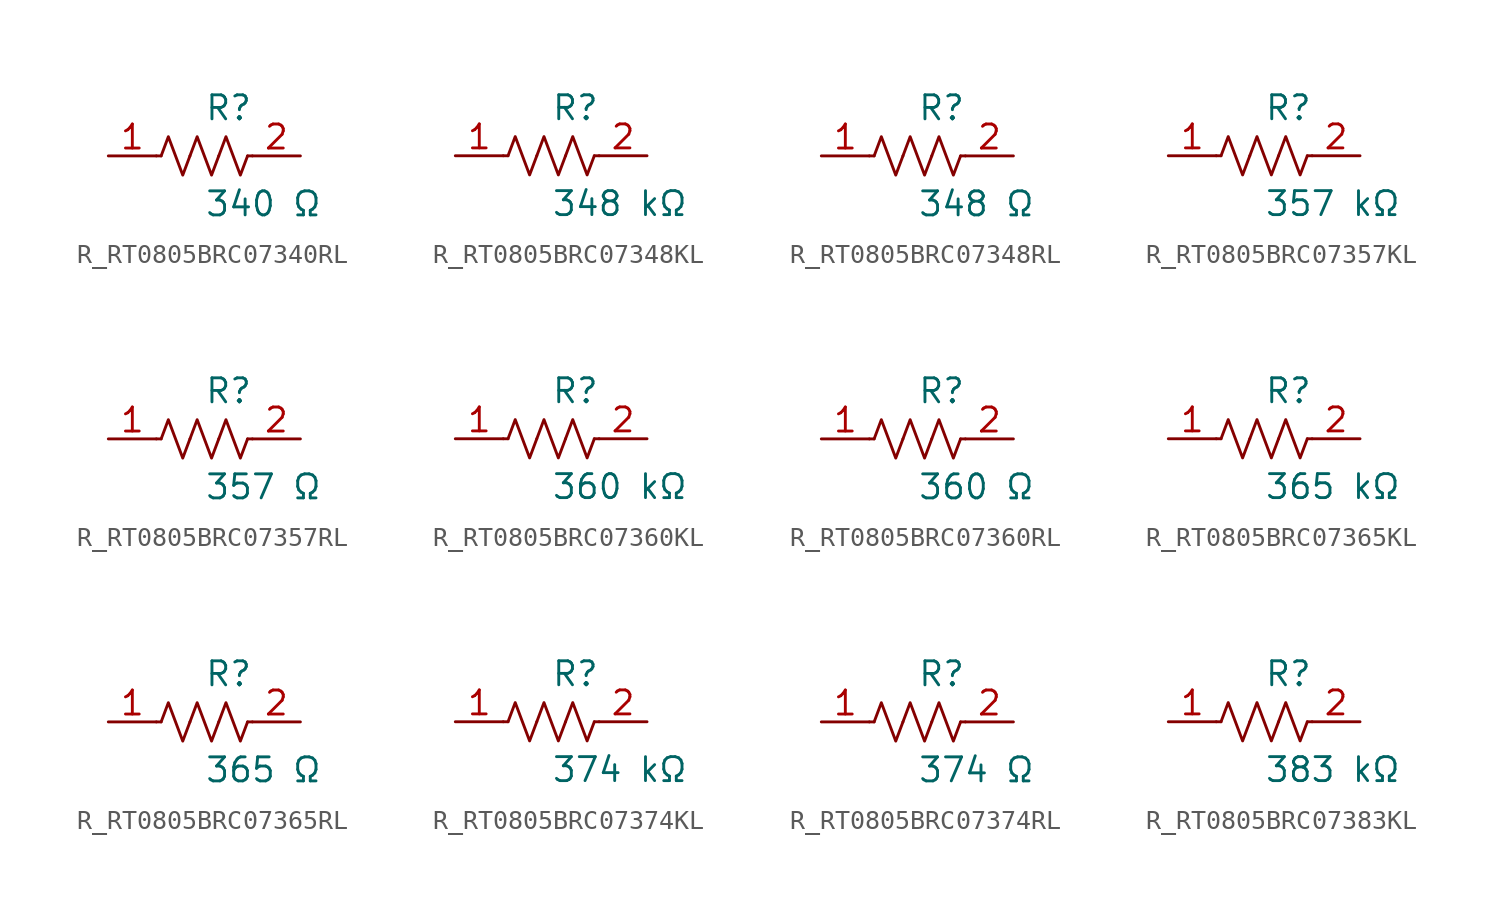
<source format=kicad_sym>
(kicad_symbol_lib
  (version 20231120)
  (generator kicad_symbol_editor)
  (generator_version 8.0)
  (symbol "R_RT0805BRC07340RL"
    (pin_names
      (offset 0.254))
    (property "Reference" "R"
      (at 0 2.54 0)
      (effects (font (size 1.27 1.27)) (justify left)))
    (property "Value" "340 Ω"
      (at 0 -2.54 0)
      (effects (font (size 1.27 1.27)) (justify left)))
    (symbol "R_RT0805BRC07340RL_0_1"
      (polyline (pts (xy 2.286 0) (xy 2.54 0)) (stroke (width 0) (type default)) (fill (type none)))
      (polyline (pts (xy -2.286 0) (xy -2.54 0)) (stroke (width 0) (type default)) (fill (type none)))
      (polyline (pts (xy 0.762 0) (xy 1.143 1.016) (xy 1.524 0) (xy 1.905 -1.016) (xy 2.286 0)) (stroke (width 0) (type default)) (fill (type none)))
      (polyline (pts (xy -0.762 0) (xy -0.381 1.016) (xy 0 0) (xy 0.381 -1.016) (xy 0.762 0)) (stroke (width 0) (type default)) (fill (type none)))
      (polyline (pts (xy -2.286 0) (xy -1.905 1.016) (xy -1.524 0) (xy -1.143 -1.016) (xy -0.762 0)) (stroke (width 0) (type default)) (fill (type none))))
    (pin unspecified line
      (at -5.08 0 0)
      (length 2.54)
      (name "" (effects (font (size 1.27 1.27))))
      (number "1" (effects (font (size 1.27 1.27)))))
    (pin unspecified line
      (at 5.08 0 180)
      (length 2.54)
      (name "" (effects (font (size 1.27 1.27))))
      (number "2" (effects (font (size 1.27 1.27))))))
  (symbol "R_RT0805BRC07348KL"
    (pin_names
      (offset 0.254))
    (property "Reference" "R"
      (at 0 2.54 0)
      (effects (font (size 1.27 1.27)) (justify left)))
    (property "Value" "348 kΩ"
      (at 0 -2.54 0)
      (effects (font (size 1.27 1.27)) (justify left)))
    (symbol "R_RT0805BRC07348KL_0_1"
      (polyline (pts (xy 2.286 0) (xy 2.54 0)) (stroke (width 0) (type default)) (fill (type none)))
      (polyline (pts (xy -2.286 0) (xy -2.54 0)) (stroke (width 0) (type default)) (fill (type none)))
      (polyline (pts (xy 0.762 0) (xy 1.143 1.016) (xy 1.524 0) (xy 1.905 -1.016) (xy 2.286 0)) (stroke (width 0) (type default)) (fill (type none)))
      (polyline (pts (xy -0.762 0) (xy -0.381 1.016) (xy 0 0) (xy 0.381 -1.016) (xy 0.762 0)) (stroke (width 0) (type default)) (fill (type none)))
      (polyline (pts (xy -2.286 0) (xy -1.905 1.016) (xy -1.524 0) (xy -1.143 -1.016) (xy -0.762 0)) (stroke (width 0) (type default)) (fill (type none))))
    (pin unspecified line
      (at -5.08 0 0)
      (length 2.54)
      (name "" (effects (font (size 1.27 1.27))))
      (number "1" (effects (font (size 1.27 1.27)))))
    (pin unspecified line
      (at 5.08 0 180)
      (length 2.54)
      (name "" (effects (font (size 1.27 1.27))))
      (number "2" (effects (font (size 1.27 1.27))))))
  (symbol "R_RT0805BRC07348RL"
    (pin_names
      (offset 0.254))
    (property "Reference" "R"
      (at 0 2.54 0)
      (effects (font (size 1.27 1.27)) (justify left)))
    (property "Value" "348 Ω"
      (at 0 -2.54 0)
      (effects (font (size 1.27 1.27)) (justify left)))
    (symbol "R_RT0805BRC07348RL_0_1"
      (polyline (pts (xy 2.286 0) (xy 2.54 0)) (stroke (width 0) (type default)) (fill (type none)))
      (polyline (pts (xy -2.286 0) (xy -2.54 0)) (stroke (width 0) (type default)) (fill (type none)))
      (polyline (pts (xy 0.762 0) (xy 1.143 1.016) (xy 1.524 0) (xy 1.905 -1.016) (xy 2.286 0)) (stroke (width 0) (type default)) (fill (type none)))
      (polyline (pts (xy -0.762 0) (xy -0.381 1.016) (xy 0 0) (xy 0.381 -1.016) (xy 0.762 0)) (stroke (width 0) (type default)) (fill (type none)))
      (polyline (pts (xy -2.286 0) (xy -1.905 1.016) (xy -1.524 0) (xy -1.143 -1.016) (xy -0.762 0)) (stroke (width 0) (type default)) (fill (type none))))
    (pin unspecified line
      (at -5.08 0 0)
      (length 2.54)
      (name "" (effects (font (size 1.27 1.27))))
      (number "1" (effects (font (size 1.27 1.27)))))
    (pin unspecified line
      (at 5.08 0 180)
      (length 2.54)
      (name "" (effects (font (size 1.27 1.27))))
      (number "2" (effects (font (size 1.27 1.27))))))
  (symbol "R_RT0805BRC07357KL"
    (pin_names
      (offset 0.254))
    (property "Reference" "R"
      (at 0 2.54 0)
      (effects (font (size 1.27 1.27)) (justify left)))
    (property "Value" "357 kΩ"
      (at 0 -2.54 0)
      (effects (font (size 1.27 1.27)) (justify left)))
    (symbol "R_RT0805BRC07357KL_0_1"
      (polyline (pts (xy 2.286 0) (xy 2.54 0)) (stroke (width 0) (type default)) (fill (type none)))
      (polyline (pts (xy -2.286 0) (xy -2.54 0)) (stroke (width 0) (type default)) (fill (type none)))
      (polyline (pts (xy 0.762 0) (xy 1.143 1.016) (xy 1.524 0) (xy 1.905 -1.016) (xy 2.286 0)) (stroke (width 0) (type default)) (fill (type none)))
      (polyline (pts (xy -0.762 0) (xy -0.381 1.016) (xy 0 0) (xy 0.381 -1.016) (xy 0.762 0)) (stroke (width 0) (type default)) (fill (type none)))
      (polyline (pts (xy -2.286 0) (xy -1.905 1.016) (xy -1.524 0) (xy -1.143 -1.016) (xy -0.762 0)) (stroke (width 0) (type default)) (fill (type none))))
    (pin unspecified line
      (at -5.08 0 0)
      (length 2.54)
      (name "" (effects (font (size 1.27 1.27))))
      (number "1" (effects (font (size 1.27 1.27)))))
    (pin unspecified line
      (at 5.08 0 180)
      (length 2.54)
      (name "" (effects (font (size 1.27 1.27))))
      (number "2" (effects (font (size 1.27 1.27))))))
  (symbol "R_RT0805BRC07357RL"
    (pin_names
      (offset 0.254))
    (property "Reference" "R"
      (at 0 2.54 0)
      (effects (font (size 1.27 1.27)) (justify left)))
    (property "Value" "357 Ω"
      (at 0 -2.54 0)
      (effects (font (size 1.27 1.27)) (justify left)))
    (symbol "R_RT0805BRC07357RL_0_1"
      (polyline (pts (xy 2.286 0) (xy 2.54 0)) (stroke (width 0) (type default)) (fill (type none)))
      (polyline (pts (xy -2.286 0) (xy -2.54 0)) (stroke (width 0) (type default)) (fill (type none)))
      (polyline (pts (xy 0.762 0) (xy 1.143 1.016) (xy 1.524 0) (xy 1.905 -1.016) (xy 2.286 0)) (stroke (width 0) (type default)) (fill (type none)))
      (polyline (pts (xy -0.762 0) (xy -0.381 1.016) (xy 0 0) (xy 0.381 -1.016) (xy 0.762 0)) (stroke (width 0) (type default)) (fill (type none)))
      (polyline (pts (xy -2.286 0) (xy -1.905 1.016) (xy -1.524 0) (xy -1.143 -1.016) (xy -0.762 0)) (stroke (width 0) (type default)) (fill (type none))))
    (pin unspecified line
      (at -5.08 0 0)
      (length 2.54)
      (name "" (effects (font (size 1.27 1.27))))
      (number "1" (effects (font (size 1.27 1.27)))))
    (pin unspecified line
      (at 5.08 0 180)
      (length 2.54)
      (name "" (effects (font (size 1.27 1.27))))
      (number "2" (effects (font (size 1.27 1.27))))))
  (symbol "R_RT0805BRC07360KL"
    (pin_names
      (offset 0.254))
    (property "Reference" "R"
      (at 0 2.54 0)
      (effects (font (size 1.27 1.27)) (justify left)))
    (property "Value" "360 kΩ"
      (at 0 -2.54 0)
      (effects (font (size 1.27 1.27)) (justify left)))
    (symbol "R_RT0805BRC07360KL_0_1"
      (polyline (pts (xy 2.286 0) (xy 2.54 0)) (stroke (width 0) (type default)) (fill (type none)))
      (polyline (pts (xy -2.286 0) (xy -2.54 0)) (stroke (width 0) (type default)) (fill (type none)))
      (polyline (pts (xy 0.762 0) (xy 1.143 1.016) (xy 1.524 0) (xy 1.905 -1.016) (xy 2.286 0)) (stroke (width 0) (type default)) (fill (type none)))
      (polyline (pts (xy -0.762 0) (xy -0.381 1.016) (xy 0 0) (xy 0.381 -1.016) (xy 0.762 0)) (stroke (width 0) (type default)) (fill (type none)))
      (polyline (pts (xy -2.286 0) (xy -1.905 1.016) (xy -1.524 0) (xy -1.143 -1.016) (xy -0.762 0)) (stroke (width 0) (type default)) (fill (type none))))
    (pin unspecified line
      (at -5.08 0 0)
      (length 2.54)
      (name "" (effects (font (size 1.27 1.27))))
      (number "1" (effects (font (size 1.27 1.27)))))
    (pin unspecified line
      (at 5.08 0 180)
      (length 2.54)
      (name "" (effects (font (size 1.27 1.27))))
      (number "2" (effects (font (size 1.27 1.27))))))
  (symbol "R_RT0805BRC07360RL"
    (pin_names
      (offset 0.254))
    (property "Reference" "R"
      (at 0 2.54 0)
      (effects (font (size 1.27 1.27)) (justify left)))
    (property "Value" "360 Ω"
      (at 0 -2.54 0)
      (effects (font (size 1.27 1.27)) (justify left)))
    (symbol "R_RT0805BRC07360RL_0_1"
      (polyline (pts (xy 2.286 0) (xy 2.54 0)) (stroke (width 0) (type default)) (fill (type none)))
      (polyline (pts (xy -2.286 0) (xy -2.54 0)) (stroke (width 0) (type default)) (fill (type none)))
      (polyline (pts (xy 0.762 0) (xy 1.143 1.016) (xy 1.524 0) (xy 1.905 -1.016) (xy 2.286 0)) (stroke (width 0) (type default)) (fill (type none)))
      (polyline (pts (xy -0.762 0) (xy -0.381 1.016) (xy 0 0) (xy 0.381 -1.016) (xy 0.762 0)) (stroke (width 0) (type default)) (fill (type none)))
      (polyline (pts (xy -2.286 0) (xy -1.905 1.016) (xy -1.524 0) (xy -1.143 -1.016) (xy -0.762 0)) (stroke (width 0) (type default)) (fill (type none))))
    (pin unspecified line
      (at -5.08 0 0)
      (length 2.54)
      (name "" (effects (font (size 1.27 1.27))))
      (number "1" (effects (font (size 1.27 1.27)))))
    (pin unspecified line
      (at 5.08 0 180)
      (length 2.54)
      (name "" (effects (font (size 1.27 1.27))))
      (number "2" (effects (font (size 1.27 1.27))))))
  (symbol "R_RT0805BRC07365KL"
    (pin_names
      (offset 0.254))
    (property "Reference" "R"
      (at 0 2.54 0)
      (effects (font (size 1.27 1.27)) (justify left)))
    (property "Value" "365 kΩ"
      (at 0 -2.54 0)
      (effects (font (size 1.27 1.27)) (justify left)))
    (symbol "R_RT0805BRC07365KL_0_1"
      (polyline (pts (xy 2.286 0) (xy 2.54 0)) (stroke (width 0) (type default)) (fill (type none)))
      (polyline (pts (xy -2.286 0) (xy -2.54 0)) (stroke (width 0) (type default)) (fill (type none)))
      (polyline (pts (xy 0.762 0) (xy 1.143 1.016) (xy 1.524 0) (xy 1.905 -1.016) (xy 2.286 0)) (stroke (width 0) (type default)) (fill (type none)))
      (polyline (pts (xy -0.762 0) (xy -0.381 1.016) (xy 0 0) (xy 0.381 -1.016) (xy 0.762 0)) (stroke (width 0) (type default)) (fill (type none)))
      (polyline (pts (xy -2.286 0) (xy -1.905 1.016) (xy -1.524 0) (xy -1.143 -1.016) (xy -0.762 0)) (stroke (width 0) (type default)) (fill (type none))))
    (pin unspecified line
      (at -5.08 0 0)
      (length 2.54)
      (name "" (effects (font (size 1.27 1.27))))
      (number "1" (effects (font (size 1.27 1.27)))))
    (pin unspecified line
      (at 5.08 0 180)
      (length 2.54)
      (name "" (effects (font (size 1.27 1.27))))
      (number "2" (effects (font (size 1.27 1.27))))))
  (symbol "R_RT0805BRC07365RL"
    (pin_names
      (offset 0.254))
    (property "Reference" "R"
      (at 0 2.54 0)
      (effects (font (size 1.27 1.27)) (justify left)))
    (property "Value" "365 Ω"
      (at 0 -2.54 0)
      (effects (font (size 1.27 1.27)) (justify left)))
    (symbol "R_RT0805BRC07365RL_0_1"
      (polyline (pts (xy 2.286 0) (xy 2.54 0)) (stroke (width 0) (type default)) (fill (type none)))
      (polyline (pts (xy -2.286 0) (xy -2.54 0)) (stroke (width 0) (type default)) (fill (type none)))
      (polyline (pts (xy 0.762 0) (xy 1.143 1.016) (xy 1.524 0) (xy 1.905 -1.016) (xy 2.286 0)) (stroke (width 0) (type default)) (fill (type none)))
      (polyline (pts (xy -0.762 0) (xy -0.381 1.016) (xy 0 0) (xy 0.381 -1.016) (xy 0.762 0)) (stroke (width 0) (type default)) (fill (type none)))
      (polyline (pts (xy -2.286 0) (xy -1.905 1.016) (xy -1.524 0) (xy -1.143 -1.016) (xy -0.762 0)) (stroke (width 0) (type default)) (fill (type none))))
    (pin unspecified line
      (at -5.08 0 0)
      (length 2.54)
      (name "" (effects (font (size 1.27 1.27))))
      (number "1" (effects (font (size 1.27 1.27)))))
    (pin unspecified line
      (at 5.08 0 180)
      (length 2.54)
      (name "" (effects (font (size 1.27 1.27))))
      (number "2" (effects (font (size 1.27 1.27))))))
  (symbol "R_RT0805BRC07374KL"
    (pin_names
      (offset 0.254))
    (property "Reference" "R"
      (at 0 2.54 0)
      (effects (font (size 1.27 1.27)) (justify left)))
    (property "Value" "374 kΩ"
      (at 0 -2.54 0)
      (effects (font (size 1.27 1.27)) (justify left)))
    (symbol "R_RT0805BRC07374KL_0_1"
      (polyline (pts (xy 2.286 0) (xy 2.54 0)) (stroke (width 0) (type default)) (fill (type none)))
      (polyline (pts (xy -2.286 0) (xy -2.54 0)) (stroke (width 0) (type default)) (fill (type none)))
      (polyline (pts (xy 0.762 0) (xy 1.143 1.016) (xy 1.524 0) (xy 1.905 -1.016) (xy 2.286 0)) (stroke (width 0) (type default)) (fill (type none)))
      (polyline (pts (xy -0.762 0) (xy -0.381 1.016) (xy 0 0) (xy 0.381 -1.016) (xy 0.762 0)) (stroke (width 0) (type default)) (fill (type none)))
      (polyline (pts (xy -2.286 0) (xy -1.905 1.016) (xy -1.524 0) (xy -1.143 -1.016) (xy -0.762 0)) (stroke (width 0) (type default)) (fill (type none))))
    (pin unspecified line
      (at -5.08 0 0)
      (length 2.54)
      (name "" (effects (font (size 1.27 1.27))))
      (number "1" (effects (font (size 1.27 1.27)))))
    (pin unspecified line
      (at 5.08 0 180)
      (length 2.54)
      (name "" (effects (font (size 1.27 1.27))))
      (number "2" (effects (font (size 1.27 1.27))))))
  (symbol "R_RT0805BRC07374RL"
    (pin_names
      (offset 0.254))
    (property "Reference" "R"
      (at 0 2.54 0)
      (effects (font (size 1.27 1.27)) (justify left)))
    (property "Value" "374 Ω"
      (at 0 -2.54 0)
      (effects (font (size 1.27 1.27)) (justify left)))
    (symbol "R_RT0805BRC07374RL_0_1"
      (polyline (pts (xy 2.286 0) (xy 2.54 0)) (stroke (width 0) (type default)) (fill (type none)))
      (polyline (pts (xy -2.286 0) (xy -2.54 0)) (stroke (width 0) (type default)) (fill (type none)))
      (polyline (pts (xy 0.762 0) (xy 1.143 1.016) (xy 1.524 0) (xy 1.905 -1.016) (xy 2.286 0)) (stroke (width 0) (type default)) (fill (type none)))
      (polyline (pts (xy -0.762 0) (xy -0.381 1.016) (xy 0 0) (xy 0.381 -1.016) (xy 0.762 0)) (stroke (width 0) (type default)) (fill (type none)))
      (polyline (pts (xy -2.286 0) (xy -1.905 1.016) (xy -1.524 0) (xy -1.143 -1.016) (xy -0.762 0)) (stroke (width 0) (type default)) (fill (type none))))
    (pin unspecified line
      (at -5.08 0 0)
      (length 2.54)
      (name "" (effects (font (size 1.27 1.27))))
      (number "1" (effects (font (size 1.27 1.27)))))
    (pin unspecified line
      (at 5.08 0 180)
      (length 2.54)
      (name "" (effects (font (size 1.27 1.27))))
      (number "2" (effects (font (size 1.27 1.27))))))
  (symbol "R_RT0805BRC07383KL"
    (pin_names
      (offset 0.254))
    (property "Reference" "R"
      (at 0 2.54 0)
      (effects (font (size 1.27 1.27)) (justify left)))
    (property "Value" "383 kΩ"
      (at 0 -2.54 0)
      (effects (font (size 1.27 1.27)) (justify left)))
    (symbol "R_RT0805BRC07383KL_0_1"
      (polyline (pts (xy 2.286 0) (xy 2.54 0)) (stroke (width 0) (type default)) (fill (type none)))
      (polyline (pts (xy -2.286 0) (xy -2.54 0)) (stroke (width 0) (type default)) (fill (type none)))
      (polyline (pts (xy 0.762 0) (xy 1.143 1.016) (xy 1.524 0) (xy 1.905 -1.016) (xy 2.286 0)) (stroke (width 0) (type default)) (fill (type none)))
      (polyline (pts (xy -0.762 0) (xy -0.381 1.016) (xy 0 0) (xy 0.381 -1.016) (xy 0.762 0)) (stroke (width 0) (type default)) (fill (type none)))
      (polyline (pts (xy -2.286 0) (xy -1.905 1.016) (xy -1.524 0) (xy -1.143 -1.016) (xy -0.762 0)) (stroke (width 0) (type default)) (fill (type none))))
    (pin unspecified line
      (at -5.08 0 0)
      (length 2.54)
      (name "" (effects (font (size 1.27 1.27))))
      (number "1" (effects (font (size 1.27 1.27)))))
    (pin unspecified line
      (at 5.08 0 180)
      (length 2.54)
      (name "" (effects (font (size 1.27 1.27))))
      (number "2" (effects (font (size 1.27 1.27)))))))
</source>
